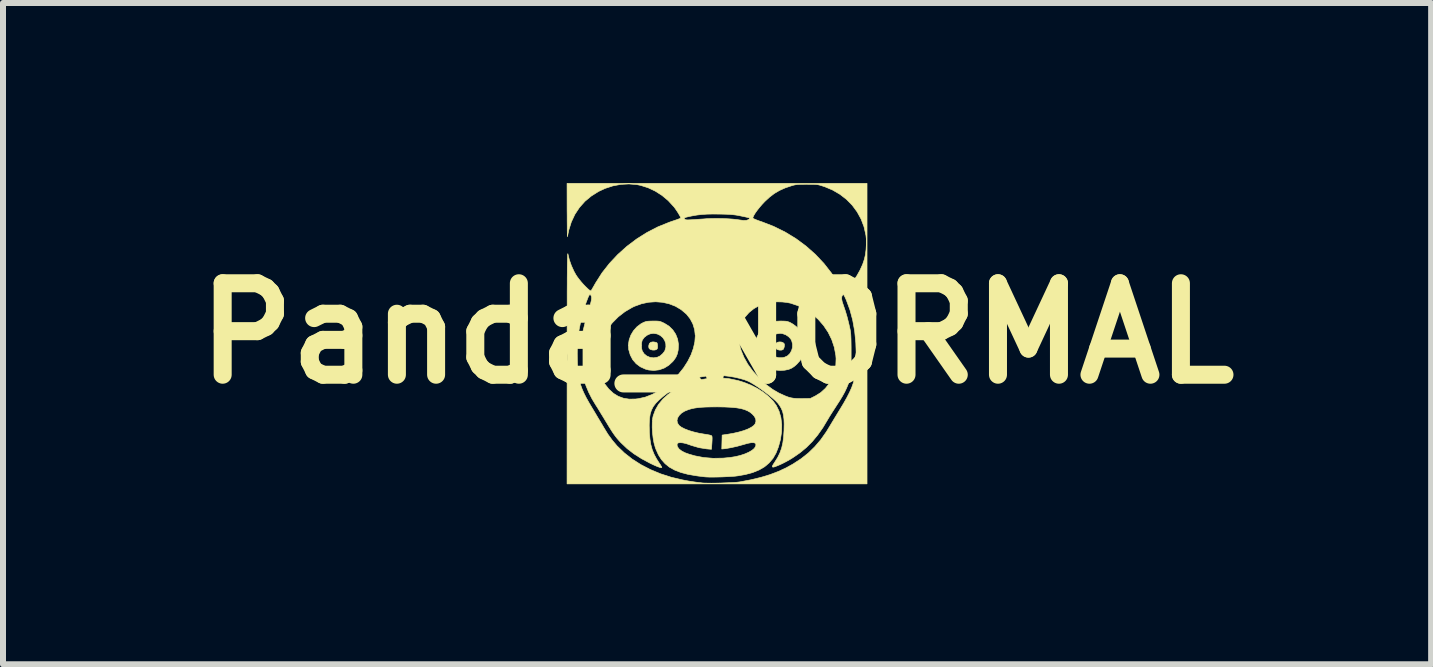
<source format=kicad_pcb>
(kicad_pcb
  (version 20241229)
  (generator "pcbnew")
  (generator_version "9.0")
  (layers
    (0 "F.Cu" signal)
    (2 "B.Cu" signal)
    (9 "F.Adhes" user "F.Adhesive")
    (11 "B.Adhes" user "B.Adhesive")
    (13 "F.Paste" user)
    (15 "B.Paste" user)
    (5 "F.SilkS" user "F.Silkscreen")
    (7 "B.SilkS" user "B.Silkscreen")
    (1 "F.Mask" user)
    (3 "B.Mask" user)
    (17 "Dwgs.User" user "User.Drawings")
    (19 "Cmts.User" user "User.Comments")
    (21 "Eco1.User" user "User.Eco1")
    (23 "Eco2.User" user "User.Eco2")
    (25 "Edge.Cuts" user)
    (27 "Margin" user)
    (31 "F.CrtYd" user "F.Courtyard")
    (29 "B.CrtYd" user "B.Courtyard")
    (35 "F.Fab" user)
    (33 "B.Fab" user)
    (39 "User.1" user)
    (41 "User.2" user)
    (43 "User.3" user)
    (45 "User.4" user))
  (footprint "Panda_NORMAL"
    (layer "F.Cu")
    (at 8.897 2.504)
    (property "Reference" "Panda_NORMAL" (at 0 0 0) (layer "F.SilkS") (effects (font (size 1.524 1.524) (thickness 0.3))))
    (attr through_hole)
    (fp_poly (pts (xy 1.068 0.144) (xy 1.097 0.153) (xy 1.117 0.17) (xy 1.122 0.182) (xy 1.122 0.212) (xy 1.115 0.243) (xy 1.103 0.266) (xy 1.097 0.272) (xy 1.07 0.28) (xy 1.035 0.279) (xy 1.004 0.269) (xy 0.99 0.26) (xy 0.973 0.231) (xy 0.971 0.197) (xy 0.982 0.167) (xy 1.004 0.15) (xy 1.035 0.143) (xy 1.068 0.144)) (stroke (width 0.01) (type solid)) (fill yes) (layer "F.SilkS"))
    (fp_poly (pts (xy -1.036 0.146) (xy -1.011 0.152) (xy -0.999 0.161) (xy -0.994 0.179) (xy -0.991 0.205) (xy -0.991 0.238) (xy -0.997 0.258) (xy -1.006 0.267) (xy -1.034 0.278) (xy -1.07 0.279) (xy -1.104 0.271) (xy -1.118 0.264) (xy -1.133 0.249) (xy -1.138 0.228) (xy -1.138 0.207) (xy -1.128 0.17) (xy -1.104 0.149) (xy -1.068 0.142) (xy -1.036 0.146)) (stroke (width 0.01) (type solid)) (fill yes) (layer "F.SilkS"))
    (fp_poly (pts (xy -1.015 -0.205) (xy -0.98 -0.203) (xy -0.952 -0.199) (xy -0.927 -0.19) (xy -0.898 -0.177) (xy -0.877 -0.167) (xy -0.8 -0.119) (xy -0.737 -0.057) (xy -0.689 0.015) (xy -0.657 0.096) (xy -0.643 0.183) (xy -0.647 0.273) (xy -0.648 0.282) (xy -0.663 0.346) (xy -0.686 0.399) (xy -0.721 0.45) (xy -0.739 0.471) (xy -0.806 0.533) (xy -0.882 0.579) (xy -0.964 0.608) (xy -1.051 0.618) (xy -1.138 0.611) (xy -1.191 0.597) (xy -1.277 0.558) (xy -1.348 0.505) (xy -1.405 0.439) (xy -1.446 0.36) (xy -1.472 0.27) (xy -1.476 0.206) (xy -1.259 0.206) (xy -1.256 0.253) (xy -1.247 0.29) (xy -1.246 0.293) (xy -1.215 0.341) (xy -1.171 0.377) (xy -1.117 0.4) (xy -1.057 0.408) (xy -0.997 0.399) (xy -0.952 0.378) (xy -0.91 0.343) (xy -0.876 0.301) (xy -0.868 0.285) (xy -0.852 0.228) (xy -0.854 0.172) (xy -0.872 0.119) (xy -0.903 0.072) (xy -0.946 0.035) (xy -0.998 0.01) (xy -1.058 0.000229) (xy -1.062 0.000219) (xy -1.117 0.009) (xy -1.169 0.033) (xy -1.213 0.068) (xy -1.244 0.111) (xy -1.249 0.123) (xy -1.257 0.16) (xy -1.259 0.206) (xy -1.476 0.206) (xy -1.477 0.188) (xy -1.464 0.107) (xy -1.435 0.028) (xy -1.392 -0.044) (xy -1.335 -0.108) (xy -1.268 -0.159) (xy -1.232 -0.178) (xy -1.204 -0.19) (xy -1.179 -0.198) (xy -1.15 -0.202) (xy -1.113 -0.204) (xy -1.064 -0.205) (xy -1.015 -0.205)) (stroke (width 0.01) (type solid)) (fill yes) (layer "F.SilkS"))
    (fp_poly (pts (xy 1.11 -0.204) (xy 1.146 -0.202) (xy 1.174 -0.197) (xy 1.2 -0.188) (xy 1.222 -0.178) (xy 1.259 -0.157) (xy 1.301 -0.127) (xy 1.338 -0.096) (xy 1.338 -0.095) (xy 1.397 -0.026) (xy 1.439 0.05) (xy 1.463 0.131) (xy 1.469 0.214) (xy 1.458 0.297) (xy 1.429 0.378) (xy 1.383 0.454) (xy 1.326 0.517) (xy 1.283 0.554) (xy 1.244 0.579) (xy 1.202 0.597) (xy 1.199 0.599) (xy 1.129 0.614) (xy 1.052 0.619) (xy 0.978 0.612) (xy 0.949 0.605) (xy 0.867 0.572) (xy 0.79 0.521) (xy 0.739 0.473) (xy 0.688 0.406) (xy 0.656 0.333) (xy 0.641 0.251) (xy 0.64 0.216) (xy 0.641 0.206) (xy 0.847 0.206) (xy 0.856 0.267) (xy 0.881 0.319) (xy 0.92 0.361) (xy 0.969 0.391) (xy 1.027 0.406) (xy 1.089 0.406) (xy 1.122 0.399) (xy 1.173 0.376) (xy 1.213 0.338) (xy 1.241 0.29) (xy 1.257 0.236) (xy 1.258 0.179) (xy 1.244 0.124) (xy 1.227 0.092) (xy 1.192 0.055) (xy 1.145 0.024) (xy 1.092 0.005) (xy 1.051 0) (xy 0.991 0.009) (xy 0.938 0.035) (xy 0.895 0.075) (xy 0.864 0.125) (xy 0.848 0.184) (xy 0.847 0.206) (xy 0.641 0.206) (xy 0.647 0.13) (xy 0.668 0.055) (xy 0.705 -0.014) (xy 0.759 -0.081) (xy 0.769 -0.091) (xy 0.82 -0.137) (xy 0.868 -0.169) (xy 0.919 -0.19) (xy 0.978 -0.201) (xy 1.051 -0.205) (xy 1.06 -0.205) (xy 1.11 -0.204)) (stroke (width 0.01) (type solid)) (fill yes) (layer "F.SilkS"))
    (fp_poly (pts (xy 0.193 0.754) (xy 0.351 0.787) (xy 0.456 0.82) (xy 0.57 0.866) (xy 0.678 0.922) (xy 0.776 0.986) (xy 0.863 1.056) (xy 0.935 1.129) (xy 0.988 1.203) (xy 1.034 1.299) (xy 1.064 1.405) (xy 1.078 1.52) (xy 1.075 1.643) (xy 1.056 1.771) (xy 1.023 1.892) (xy 0.983 1.994) (xy 0.932 2.083) (xy 0.868 2.158) (xy 0.792 2.223) (xy 0.701 2.276) (xy 0.595 2.319) (xy 0.473 2.352) (xy 0.348 2.374) (xy 0.3 2.38) (xy 0.238 2.384) (xy 0.166 2.388) (xy 0.088 2.392) (xy 0.01 2.394) (xy -0.063 2.395) (xy -0.127 2.395) (xy -0.176 2.393) (xy -0.18 2.393) (xy -0.213 2.39) (xy -0.26 2.384) (xy -0.311 2.378) (xy -0.345 2.373) (xy -0.481 2.35) (xy -0.6 2.319) (xy -0.702 2.28) (xy -0.79 2.232) (xy -0.864 2.173) (xy -0.926 2.104) (xy -0.977 2.023) (xy -1.019 1.929) (xy -1.03 1.899) (xy -1.041 1.858) (xy -0.667 1.858) (xy -0.66 1.888) (xy -0.638 1.92) (xy -0.629 1.93) (xy -0.588 1.961) (xy -0.534 1.989) (xy -0.464 2.014) (xy -0.376 2.039) (xy -0.374 2.04) (xy -0.224 2.069) (xy -0.065 2.082) (xy 0.104 2.079) (xy 0.218 2.068) (xy 0.306 2.054) (xy 0.389 2.034) (xy 0.464 2.009) (xy 0.53 1.98) (xy 0.583 1.949) (xy 0.622 1.916) (xy 0.643 1.882) (xy 0.645 1.876) (xy 0.647 1.848) (xy 0.635 1.83) (xy 0.609 1.821) (xy 0.567 1.822) (xy 0.51 1.833) (xy 0.436 1.854) (xy 0.335 1.882) (xy 0.236 1.904) (xy 0.147 1.92) (xy 0.122 1.923) (xy 0.079 1.927) (xy 0.082 1.811) (xy 0.085 1.695) (xy 0.175 1.682) (xy 0.273 1.665) (xy 0.365 1.644) (xy 0.447 1.62) (xy 0.517 1.593) (xy 0.573 1.564) (xy 0.614 1.534) (xy 0.634 1.509) (xy 0.648 1.466) (xy 0.644 1.425) (xy 0.621 1.382) (xy 0.59 1.348) (xy 0.552 1.316) (xy 0.507 1.29) (xy 0.455 1.269) (xy 0.393 1.252) (xy 0.319 1.24) (xy 0.232 1.232) (xy 0.128 1.227) (xy 0.007 1.225) (xy -0.005 1.225) (xy -0.107 1.226) (xy -0.192 1.228) (xy -0.264 1.232) (xy -0.325 1.238) (xy -0.379 1.246) (xy -0.429 1.257) (xy -0.474 1.27) (xy -0.539 1.296) (xy -0.592 1.329) (xy -0.631 1.368) (xy -0.657 1.409) (xy -0.667 1.452) (xy -0.659 1.494) (xy -0.634 1.533) (xy -0.632 1.535) (xy -0.594 1.564) (xy -0.539 1.592) (xy -0.47 1.619) (xy -0.389 1.643) (xy -0.301 1.664) (xy -0.208 1.68) (xy -0.198 1.681) (xy -0.156 1.688) (xy -0.121 1.695) (xy -0.098 1.702) (xy -0.093 1.704) (xy -0.086 1.712) (xy -0.083 1.726) (xy -0.082 1.75) (xy -0.083 1.787) (xy -0.085 1.824) (xy -0.093 1.932) (xy -0.173 1.925) (xy -0.299 1.905) (xy -0.429 1.867) (xy -0.465 1.854) (xy -0.518 1.836) (xy -0.569 1.825) (xy -0.612 1.821) (xy -0.644 1.825) (xy -0.659 1.833) (xy -0.667 1.858) (xy -1.041 1.858) (xy -1.05 1.827) (xy -1.065 1.744) (xy -1.075 1.656) (xy -1.08 1.568) (xy -1.079 1.485) (xy -1.072 1.413) (xy -1.064 1.375) (xy -1.028 1.277) (xy -0.974 1.183) (xy -0.902 1.096) (xy -0.814 1.016) (xy -0.71 0.943) (xy -0.591 0.879) (xy -0.459 0.825) (xy -0.446 0.821) (xy -0.284 0.774) (xy -0.124 0.748) (xy 0.035 0.741) (xy 0.193 0.754)) (stroke (width 0.01) (type solid)) (fill yes) (layer "F.SilkS"))
    (fp_poly (pts (xy 2.499 2.509) (xy -2.499 2.509) (xy -2.498 0.557) (xy -2.498 0.341) (xy -2.329 0.341) (xy -2.328 0.435) (xy -2.325 0.524) (xy -2.32 0.605) (xy -2.314 0.663) (xy -2.303 0.735) (xy -2.289 0.801) (xy -2.271 0.864) (xy -2.248 0.928) (xy -2.218 0.996) (xy -2.181 1.07) (xy -2.134 1.154) (xy -2.077 1.25) (xy -2.06 1.278) (xy -2.023 1.34) (xy -1.984 1.406) (xy -1.946 1.469) (xy -1.913 1.524) (xy -1.89 1.564) (xy -1.819 1.68) (xy -1.744 1.783) (xy -1.661 1.881) (xy -1.66 1.881) (xy -1.545 1.992) (xy -1.414 2.095) (xy -1.268 2.188) (xy -1.11 2.27) (xy -0.942 2.34) (xy -0.765 2.397) (xy -0.593 2.438) (xy -0.527 2.451) (xy -0.468 2.462) (xy -0.41 2.471) (xy -0.347 2.48) (xy -0.273 2.489) (xy -0.24 2.493) (xy -0.205 2.495) (xy -0.154 2.496) (xy -0.09 2.497) (xy -0.019 2.496) (xy 0.058 2.494) (xy 0.134 2.491) (xy 0.208 2.488) (xy 0.275 2.485) (xy 0.33 2.481) (xy 0.371 2.476) (xy 0.38 2.475) (xy 0.563 2.44) (xy 0.73 2.4) (xy 0.882 2.354) (xy 1.021 2.301) (xy 1.151 2.241) (xy 1.266 2.177) (xy 1.401 2.089) (xy 1.521 1.994) (xy 1.629 1.889) (xy 1.728 1.773) (xy 1.821 1.641) (xy 1.874 1.554) (xy 1.898 1.514) (xy 1.93 1.461) (xy 1.967 1.4) (xy 2.006 1.336) (xy 2.043 1.275) (xy 2.044 1.274) (xy 2.109 1.166) (xy 2.163 1.07) (xy 2.207 0.984) (xy 2.243 0.904) (xy 2.27 0.828) (xy 2.29 0.75) (xy 2.304 0.67) (xy 2.313 0.583) (xy 2.317 0.485) (xy 2.319 0.375) (xy 2.319 0.364) (xy 2.312 0.159) (xy 2.293 -0.036) (xy 2.26 -0.221) (xy 2.214 -0.392) (xy 2.156 -0.549) (xy 2.143 -0.579) (xy 2.126 -0.615) (xy 2.114 -0.636) (xy 2.106 -0.644) (xy 2.098 -0.642) (xy 2.092 -0.637) (xy 2.079 -0.613) (xy 2.076 -0.579) (xy 2.084 -0.532) (xy 2.104 -0.471) (xy 2.112 -0.448) (xy 2.139 -0.369) (xy 2.166 -0.278) (xy 2.193 -0.172) (xy 2.216 -0.07) (xy 2.221 -0.044) (xy 2.225 -0.017) (xy 2.228 0.015) (xy 2.23 0.052) (xy 2.232 0.099) (xy 2.233 0.157) (xy 2.234 0.229) (xy 2.234 0.317) (xy 2.234 0.355) (xy 2.234 0.695) (xy 2.206 0.785) (xy 2.184 0.85) (xy 2.158 0.913) (xy 2.127 0.978) (xy 2.089 1.047) (xy 2.041 1.126) (xy 1.993 1.2) (xy 1.957 1.256) (xy 1.922 1.31) (xy 1.89 1.36) (xy 1.865 1.401) (xy 1.849 1.428) (xy 1.764 1.57) (xy 1.677 1.694) (xy 1.586 1.804) (xy 1.488 1.902) (xy 1.38 1.991) (xy 1.261 2.073) (xy 1.207 2.106) (xy 1.155 2.135) (xy 1.101 2.163) (xy 1.049 2.188) (xy 1.001 2.208) (xy 0.963 2.223) (xy 0.938 2.229) (xy 0.935 2.229) (xy 0.923 2.226) (xy 0.921 2.216) (xy 0.93 2.195) (xy 0.95 2.163) (xy 0.96 2.148) (xy 1.009 2.07) (xy 1.047 1.993) (xy 1.076 1.913) (xy 1.096 1.826) (xy 1.109 1.729) (xy 1.116 1.616) (xy 1.116 1.609) (xy 1.118 1.511) (xy 1.115 1.429) (xy 1.106 1.36) (xy 1.092 1.301) (xy 1.07 1.249) (xy 1.041 1.2) (xy 1.013 1.163) (xy 0.98 1.128) (xy 0.933 1.086) (xy 0.876 1.038) (xy 0.812 0.988) (xy 0.744 0.938) (xy 0.676 0.891) (xy 0.611 0.849) (xy 0.554 0.815) (xy 0.518 0.797) (xy 0.457 0.773) (xy 0.38 0.751) (xy 0.294 0.731) (xy 0.202 0.716) (xy 0.11 0.705) (xy 0.022 0.7) (xy -0.005 0.7) (xy -0.092 0.703) (xy -0.19 0.714) (xy -0.288 0.729) (xy -0.38 0.749) (xy -0.44 0.765) (xy -0.503 0.79) (xy -0.574 0.825) (xy -0.654 0.874) (xy -0.745 0.936) (xy -0.817 0.988) (xy -0.901 1.053) (xy -0.969 1.112) (xy -1.023 1.167) (xy -1.064 1.222) (xy -1.093 1.279) (xy -1.113 1.341) (xy -1.124 1.411) (xy -1.129 1.492) (xy -1.13 1.534) (xy -1.127 1.656) (xy -1.118 1.761) (xy -1.103 1.854) (xy -1.08 1.938) (xy -1.048 2.017) (xy -1.007 2.093) (xy -0.971 2.149) (xy -0.948 2.183) (xy -0.931 2.211) (xy -0.921 2.229) (xy -0.92 2.233) (xy -0.928 2.239) (xy -0.953 2.234) (xy -0.995 2.219) (xy -1.053 2.194) (xy -1.114 2.165) (xy -1.258 2.088) (xy -1.385 2.007) (xy -1.498 1.92) (xy -1.599 1.824) (xy -1.605 1.818) (xy -1.639 1.781) (xy -1.67 1.745) (xy -1.7 1.706) (xy -1.731 1.663) (xy -1.765 1.611) (xy -1.804 1.548) (xy -1.851 1.47) (xy -1.855 1.464) (xy -1.891 1.404) (xy -1.928 1.344) (xy -1.962 1.288) (xy -1.991 1.24) (xy -2.013 1.206) (xy -2.014 1.205) (xy -2.083 1.091) (xy -2.137 0.985) (xy -2.181 0.88) (xy -2.195 0.84) (xy -2.234 0.725) (xy -2.234 0.399) (xy -1.987 0.399) (xy -1.985 0.516) (xy -1.965 0.63) (xy -1.928 0.737) (xy -1.875 0.837) (xy -1.805 0.927) (xy -1.8 0.932) (xy -1.726 1) (xy -1.646 1.049) (xy -1.559 1.081) (xy -1.464 1.096) (xy -1.358 1.094) (xy -1.313 1.089) (xy -1.196 1.063) (xy -1.078 1.017) (xy -0.96 0.953) (xy -0.843 0.871) (xy -0.735 0.778) (xy -0.64 0.679) (xy -0.557 0.575) (xy -0.488 0.467) (xy -0.433 0.358) (xy -0.394 0.249) (xy -0.37 0.143) (xy -0.362 0.04) (xy -0.365 0.017) (xy 0.362 0.017) (xy 0.365 0.124) (xy 0.386 0.235) (xy 0.399 0.279) (xy 0.448 0.399) (xy 0.513 0.515) (xy 0.596 0.629) (xy 0.697 0.741) (xy 0.731 0.775) (xy 0.83 0.863) (xy 0.928 0.935) (xy 1.029 0.994) (xy 1.132 1.041) (xy 1.184 1.061) (xy 1.231 1.074) (xy 1.278 1.082) (xy 1.332 1.086) (xy 1.399 1.087) (xy 1.419 1.087) (xy 1.554 1.085) (xy 1.64 1.042) (xy 1.728 0.987) (xy 1.805 0.917) (xy 1.87 0.835) (xy 1.921 0.741) (xy 1.958 0.64) (xy 1.979 0.532) (xy 1.983 0.42) (xy 1.979 0.368) (xy 1.954 0.233) (xy 1.911 0.104) (xy 1.851 -0.018) (xy 1.775 -0.131) (xy 1.686 -0.233) (xy 1.584 -0.323) (xy 1.471 -0.4) (xy 1.348 -0.461) (xy 1.227 -0.502) (xy 1.162 -0.515) (xy 1.086 -0.523) (xy 1.006 -0.525) (xy 0.928 -0.523) (xy 0.858 -0.515) (xy 0.82 -0.507) (xy 0.713 -0.468) (xy 0.614 -0.412) (xy 0.532 -0.346) (xy 0.463 -0.267) (xy 0.411 -0.18) (xy 0.377 -0.085) (xy 0.362 0.017) (xy -0.365 0.017) (xy -0.373 -0.056) (xy -0.374 -0.063) (xy -0.403 -0.158) (xy -0.447 -0.241) (xy -0.506 -0.316) (xy -0.514 -0.324) (xy -0.598 -0.395) (xy -0.694 -0.452) (xy -0.798 -0.492) (xy -0.908 -0.517) (xy -1.023 -0.526) (xy -1.141 -0.518) (xy -1.258 -0.493) (xy -1.374 -0.451) (xy -1.414 -0.432) (xy -1.535 -0.361) (xy -1.646 -0.275) (xy -1.745 -0.175) (xy -1.83 -0.065) (xy -1.891 0.04) (xy -1.941 0.159) (xy -1.973 0.279) (xy -1.987 0.399) (xy -2.234 0.399) (xy -2.234 -0.035) (xy -2.197 -0.185) (xy -2.181 -0.249) (xy -2.163 -0.316) (xy -2.144 -0.38) (xy -2.128 -0.434) (xy -2.125 -0.442) (xy -2.105 -0.504) (xy -2.094 -0.552) (xy -2.09 -0.588) (xy -2.093 -0.615) (xy -2.1 -0.63) (xy -2.111 -0.646) (xy -2.121 -0.646) (xy -2.134 -0.63) (xy -2.149 -0.598) (xy -2.183 -0.509) (xy -2.216 -0.406) (xy -2.247 -0.294) (xy -2.275 -0.177) (xy -2.298 -0.062) (xy -2.314 0.047) (xy -2.319 0.089) (xy -2.324 0.162) (xy -2.328 0.248) (xy -2.329 0.341) (xy -2.498 0.341) (xy -2.498 0.324) (xy -2.498 0.109) (xy -2.498 -0.087) (xy -2.497 -0.265) (xy -2.497 -0.426) (xy -2.497 -0.571) (xy -2.497 -0.701) (xy -2.496 -0.816) (xy -2.496 -0.917) (xy -2.495 -1.005) (xy -2.495 -1.08) (xy -2.494 -1.144) (xy -2.493 -1.197) (xy -2.492 -1.239) (xy -2.491 -1.273) (xy -2.49 -1.297) (xy -2.489 -1.314) (xy -2.488 -1.324) (xy -2.486 -1.327) (xy -2.485 -1.324) (xy -2.483 -1.317) (xy -2.483 -1.316) (xy -2.461 -1.225) (xy -2.427 -1.129) (xy -2.384 -1.034) (xy -2.353 -0.978) (xy -2.328 -0.94) (xy -2.297 -0.899) (xy -2.262 -0.856) (xy -2.225 -0.814) (xy -2.189 -0.777) (xy -2.156 -0.745) (xy -2.128 -0.721) (xy -2.108 -0.709) (xy -2.098 -0.71) (xy -2.09 -0.724) (xy -2.074 -0.751) (xy -2.052 -0.789) (xy -2.027 -0.833) (xy -2.021 -0.843) (xy -1.916 -1.008) (xy -1.793 -1.165) (xy -1.655 -1.312) (xy -1.504 -1.448) (xy -1.341 -1.571) (xy -1.168 -1.68) (xy -0.986 -1.774) (xy -0.798 -1.85) (xy -0.755 -1.865) (xy -0.705 -1.882) (xy -0.661 -1.897) (xy -0.628 -1.91) (xy -0.612 -1.916) (xy -0.548 -1.916) (xy -0.542 -1.906) (xy -0.535 -1.899) (xy -0.529 -1.895) (xy -0.521 -1.893) (xy -0.508 -1.891) (xy -0.489 -1.89) (xy -0.46 -1.891) (xy -0.422 -1.893) (xy -0.37 -1.896) (xy -0.303 -1.901) (xy -0.22 -1.906) (xy -0.175 -1.91) (xy -0.096 -1.913) (xy -0.007 -1.914) (xy 0.086 -1.913) (xy 0.178 -1.909) (xy 0.264 -1.903) (xy 0.338 -1.895) (xy 0.37 -1.89) (xy 0.439 -1.881) (xy 0.491 -1.883) (xy 0.526 -1.896) (xy 0.529 -1.898) (xy 0.543 -1.912) (xy 0.544 -1.922) (xy 0.543 -1.922) (xy 0.537 -1.924) (xy 0.596 -1.924) (xy 0.602 -1.916) (xy 0.623 -1.904) (xy 0.66 -1.889) (xy 0.714 -1.869) (xy 0.742 -1.86) (xy 0.941 -1.783) (xy 1.132 -1.689) (xy 1.313 -1.579) (xy 1.482 -1.454) (xy 1.639 -1.315) (xy 1.782 -1.163) (xy 1.91 -0.999) (xy 2.023 -0.824) (xy 2.049 -0.777) (xy 2.068 -0.743) (xy 2.084 -0.716) (xy 2.094 -0.701) (xy 2.096 -0.7) (xy 2.106 -0.706) (xy 2.126 -0.721) (xy 2.147 -0.737) (xy 2.209 -0.797) (xy 2.271 -0.873) (xy 2.33 -0.96) (xy 2.382 -1.053) (xy 2.426 -1.149) (xy 2.455 -1.235) (xy 2.472 -1.31) (xy 2.483 -1.398) (xy 2.488 -1.488) (xy 2.487 -1.575) (xy 2.48 -1.637) (xy 2.449 -1.775) (xy 2.4 -1.904) (xy 2.334 -2.024) (xy 2.253 -2.134) (xy 2.157 -2.232) (xy 2.047 -2.317) (xy 1.925 -2.388) (xy 1.792 -2.444) (xy 1.784 -2.446) (xy 1.744 -2.459) (xy 1.712 -2.469) (xy 1.684 -2.476) (xy 1.654 -2.48) (xy 1.62 -2.482) (xy 1.575 -2.483) (xy 1.515 -2.483) (xy 1.499 -2.484) (xy 1.433 -2.483) (xy 1.382 -2.482) (xy 1.342 -2.48) (xy 1.31 -2.476) (xy 1.281 -2.47) (xy 1.25 -2.462) (xy 1.248 -2.461) (xy 1.137 -2.424) (xy 1.041 -2.381) (xy 0.954 -2.33) (xy 0.872 -2.267) (xy 0.794 -2.195) (xy 0.751 -2.149) (xy 0.709 -2.1) (xy 0.67 -2.051) (xy 0.637 -2.005) (xy 0.613 -1.965) (xy 0.599 -1.934) (xy 0.596 -1.924) (xy 0.537 -1.924) (xy 0.531 -1.926) (xy 0.502 -1.933) (xy 0.462 -1.942) (xy 0.414 -1.952) (xy 0.4 -1.955) (xy 0.351 -1.965) (xy 0.307 -1.972) (xy 0.264 -1.977) (xy 0.218 -1.981) (xy 0.162 -1.984) (xy 0.095 -1.986) (xy 0.04 -1.987) (xy -0.072 -1.988) (xy -0.168 -1.986) (xy -0.255 -1.98) (xy -0.335 -1.971) (xy -0.415 -1.957) (xy -0.478 -1.944) (xy -0.518 -1.934) (xy -0.541 -1.925) (xy -0.548 -1.916) (xy -0.612 -1.916) (xy -0.609 -1.917) (xy -0.606 -1.919) (xy -0.607 -1.931) (xy -0.618 -1.955) (xy -0.637 -1.988) (xy -0.661 -2.027) (xy -0.689 -2.068) (xy -0.717 -2.107) (xy -0.724 -2.114) (xy -0.814 -2.212) (xy -0.917 -2.298) (xy -1.03 -2.37) (xy -1.149 -2.426) (xy -1.273 -2.465) (xy -1.339 -2.479) (xy -1.469 -2.489) (xy -1.602 -2.482) (xy -1.735 -2.457) (xy -1.864 -2.415) (xy -1.974 -2.364) (xy -2.096 -2.287) (xy -2.203 -2.198) (xy -2.294 -2.095) (xy -2.369 -1.981) (xy -2.428 -1.855) (xy -2.471 -1.718) (xy -2.493 -1.609) (xy -2.493 -1.614) (xy -2.494 -1.636) (xy -2.495 -1.675) (xy -2.496 -1.729) (xy -2.496 -1.795) (xy -2.497 -1.872) (xy -2.497 -1.958) (xy -2.498 -2.042) (xy -2.499 -2.499) (xy 2.499 -2.499) (xy 2.499 2.509)) (stroke (width 0.01) (type solid)) (fill yes) (layer "F.SilkS")))
  (gr_rect
    (start -3 -3)
    (end 20.795 8.018)
    (stroke (width 0.1) (type default))
    (fill no)
    (layer "Edge.Cuts")))
</source>
